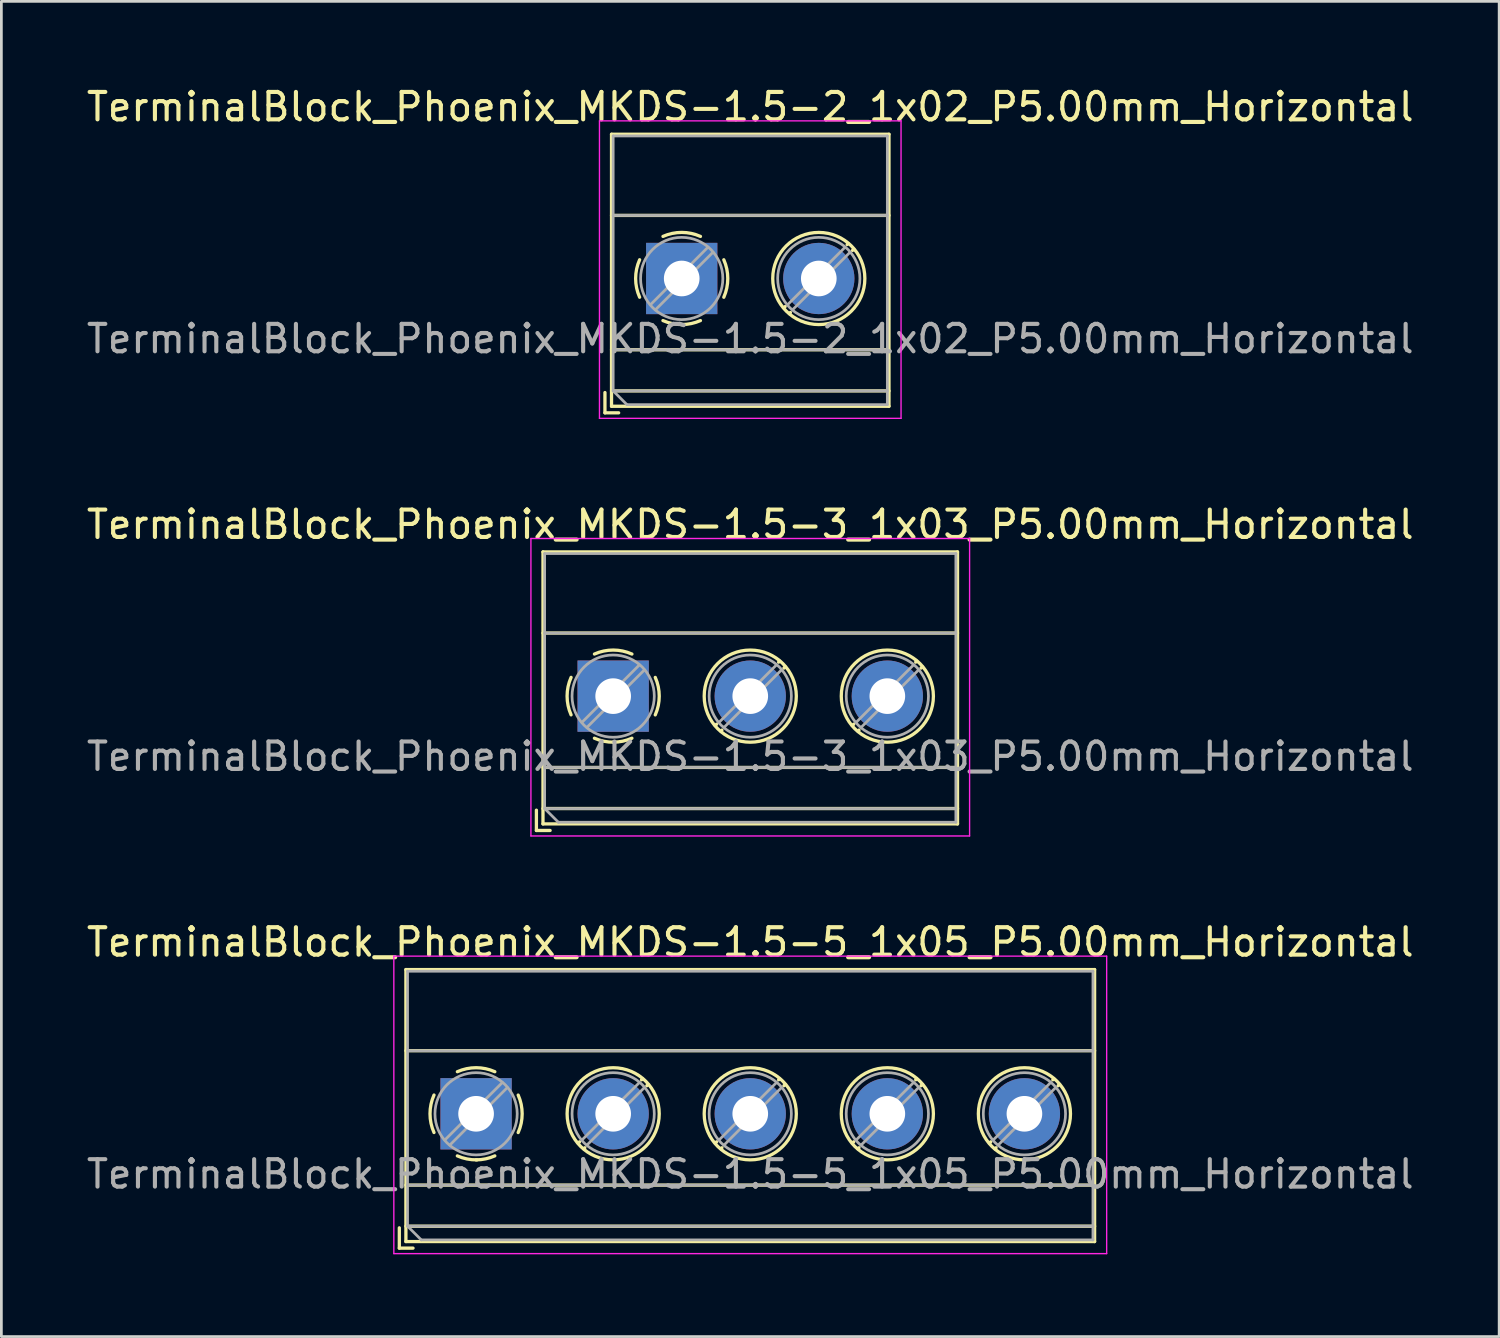
<source format=kicad_pcb>
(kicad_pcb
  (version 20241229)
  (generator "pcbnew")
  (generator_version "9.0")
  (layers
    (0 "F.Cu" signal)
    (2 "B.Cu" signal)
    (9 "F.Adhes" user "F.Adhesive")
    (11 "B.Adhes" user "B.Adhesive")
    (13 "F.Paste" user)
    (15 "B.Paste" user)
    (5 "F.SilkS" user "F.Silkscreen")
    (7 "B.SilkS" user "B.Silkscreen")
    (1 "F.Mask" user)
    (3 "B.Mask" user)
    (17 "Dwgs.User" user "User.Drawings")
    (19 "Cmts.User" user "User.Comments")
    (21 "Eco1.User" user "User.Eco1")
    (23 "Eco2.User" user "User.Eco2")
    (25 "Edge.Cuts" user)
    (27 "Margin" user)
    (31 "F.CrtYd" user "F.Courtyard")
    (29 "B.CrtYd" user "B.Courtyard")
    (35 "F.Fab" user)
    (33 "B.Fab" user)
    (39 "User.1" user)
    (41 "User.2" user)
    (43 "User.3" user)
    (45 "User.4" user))
  (footprint "TerminalBlock_Phoenix_MKDS-1.5-3_1x03_P5.00mm_Horizontal"
    (layer "F.Cu")
    (at 19.315 22.341)
    (property "Reference" "TerminalBlock_Phoenix_MKDS-1.5-3_1x03_P5.00mm_Horizontal" (at 5 -6.26 0) (layer "F.SilkS") (effects (font (size 1 1) (thickness 0.15))))
    (attr through_hole)
    (fp_line (start -2.8 4.16) (end -2.8 4.9) (stroke (width 0.12) (type solid)) (layer "F.SilkS"))
    (fp_line (start -2.8 4.9) (end -2.3 4.9) (stroke (width 0.12) (type solid)) (layer "F.SilkS"))
    (fp_line (start -2.56 -5.261) (end -2.56 4.66) (stroke (width 0.12) (type solid)) (layer "F.SilkS"))
    (fp_line (start -2.56 -5.261) (end 12.56 -5.261) (stroke (width 0.12) (type solid)) (layer "F.SilkS"))
    (fp_line (start -2.56 -2.301) (end 12.56 -2.301) (stroke (width 0.12) (type solid)) (layer "F.SilkS"))
    (fp_line (start -2.56 2.6) (end 12.56 2.6) (stroke (width 0.12) (type solid)) (layer "F.SilkS"))
    (fp_line (start -2.56 4.1) (end 12.56 4.1) (stroke (width 0.12) (type solid)) (layer "F.SilkS"))
    (fp_line (start -2.56 4.66) (end 12.56 4.66) (stroke (width 0.12) (type solid)) (layer "F.SilkS"))
    (fp_line (start 3.773 1.023) (end 3.726 1.069) (stroke (width 0.12) (type solid)) (layer "F.SilkS"))
    (fp_line (start 3.966 1.239) (end 3.931 1.274) (stroke (width 0.12) (type solid)) (layer "F.SilkS"))
    (fp_line (start 6.07 -1.275) (end 6.035 -1.239) (stroke (width 0.12) (type solid)) (layer "F.SilkS"))
    (fp_line (start 6.275 -1.069) (end 6.228 -1.023) (stroke (width 0.12) (type solid)) (layer "F.SilkS"))
    (fp_line (start 8.773 1.023) (end 8.726 1.069) (stroke (width 0.12) (type solid)) (layer "F.SilkS"))
    (fp_line (start 8.966 1.239) (end 8.931 1.274) (stroke (width 0.12) (type solid)) (layer "F.SilkS"))
    (fp_line (start 11.07 -1.275) (end 11.035 -1.239) (stroke (width 0.12) (type solid)) (layer "F.SilkS"))
    (fp_line (start 11.275 -1.069) (end 11.228 -1.023) (stroke (width 0.12) (type solid)) (layer "F.SilkS"))
    (fp_line (start 12.56 -5.261) (end 12.56 4.66) (stroke (width 0.12) (type solid)) (layer "F.SilkS"))
    (fp_arc (start -1.535427 0.683042) (mid -1.680501 -0.000524) (end -1.535 -0.684) (stroke (width 0.12) (type solid)) (layer "F.SilkS"))
    (fp_arc (start -0.683042 -1.535427) (mid 0.000524 -1.680501) (end 0.684 -1.535) (stroke (width 0.12) (type solid)) (layer "F.SilkS"))
    (fp_arc (start 0.028805 1.680253) (mid -0.335551 1.646659) (end -0.684 1.535) (stroke (width 0.12) (type solid)) (layer "F.SilkS"))
    (fp_arc (start 0.683318 1.534756) (mid 0.349292 1.643288) (end 0 1.68) (stroke (width 0.12) (type solid)) (layer "F.SilkS"))
    (fp_arc (start 1.535427 -0.683042) (mid 1.680501 0.000524) (end 1.535 0.684) (stroke (width 0.12) (type solid)) (layer "F.SilkS"))
    (fp_circle (center 5 0) (end 6.68 0) (stroke (width 0.12) (type solid)) (fill no) (layer "F.SilkS"))
    (fp_circle (center 10 0) (end 11.68 0) (stroke (width 0.12) (type solid)) (fill no) (layer "F.SilkS"))
    (fp_line (start -3 -5.75) (end -3 5.1) (stroke (width 0.05) (type solid)) (layer "F.CrtYd"))
    (fp_line (start -3 5.1) (end 13 5.1) (stroke (width 0.05) (type solid)) (layer "F.CrtYd"))
    (fp_line (start 13 -5.75) (end -3 -5.75) (stroke (width 0.05) (type solid)) (layer "F.CrtYd"))
    (fp_line (start 13 5.1) (end 13 -5.75) (stroke (width 0.05) (type solid)) (layer "F.CrtYd"))
    (fp_line (start -2.5 -5.2) (end 12.5 -5.2) (stroke (width 0.1) (type solid)) (layer "F.Fab"))
    (fp_line (start -2.5 -2.3) (end 12.5 -2.3) (stroke (width 0.1) (type solid)) (layer "F.Fab"))
    (fp_line (start -2.5 2.6) (end 12.5 2.6) (stroke (width 0.1) (type solid)) (layer "F.Fab"))
    (fp_line (start -2.5 4.1) (end -2.5 -5.2) (stroke (width 0.1) (type solid)) (layer "F.Fab"))
    (fp_line (start -2.5 4.1) (end 12.5 4.1) (stroke (width 0.1) (type solid)) (layer "F.Fab"))
    (fp_line (start -2 4.6) (end -2.5 4.1) (stroke (width 0.1) (type solid)) (layer "F.Fab"))
    (fp_line (start 0.955 -1.138) (end -1.138 0.955) (stroke (width 0.1) (type solid)) (layer "F.Fab"))
    (fp_line (start 1.138 -0.955) (end -0.955 1.138) (stroke (width 0.1) (type solid)) (layer "F.Fab"))
    (fp_line (start 5.955 -1.138) (end 3.863 0.955) (stroke (width 0.1) (type solid)) (layer "F.Fab"))
    (fp_line (start 6.138 -0.955) (end 4.046 1.138) (stroke (width 0.1) (type solid)) (layer "F.Fab"))
    (fp_line (start 10.955 -1.138) (end 8.863 0.955) (stroke (width 0.1) (type solid)) (layer "F.Fab"))
    (fp_line (start 11.138 -0.955) (end 9.046 1.138) (stroke (width 0.1) (type solid)) (layer "F.Fab"))
    (fp_line (start 12.5 -5.2) (end 12.5 4.6) (stroke (width 0.1) (type solid)) (layer "F.Fab"))
    (fp_line (start 12.5 4.6) (end -2 4.6) (stroke (width 0.1) (type solid)) (layer "F.Fab"))
    (fp_circle (center 0 0) (end 1.5 0) (stroke (width 0.1) (type solid)) (fill no) (layer "F.Fab"))
    (fp_circle (center 5 0) (end 6.5 0) (stroke (width 0.1) (type solid)) (fill no) (layer "F.Fab"))
    (fp_circle (center 10 0) (end 11.5 0) (stroke (width 0.1) (type solid)) (fill no) (layer "F.Fab"))
    (fp_text user "${REFERENCE}" (at 5 2.2 0) (layer "F.Fab") (effects (font (size 1 1) (thickness 0.15))))
    (pad "1" thru_hole rect (at 0 0) (size 2.6 2.6) (drill 1.3) (layers "*.Cu" "*.Mask"))
    (pad "2" thru_hole circle (at 5 0) (size 2.6 2.6) (drill 1.3) (layers "*.Cu" "*.Mask"))
    (pad "3" thru_hole circle (at 10 0) (size 2.6 2.6) (drill 1.3) (layers "*.Cu" "*.Mask")))
  (footprint "TerminalBlock_Phoenix_MKDS-1.5-2_1x02_P5.00mm_Horizontal"
    (layer "F.Cu")
    (at 21.815 7.108)
    (property "Reference" "TerminalBlock_Phoenix_MKDS-1.5-2_1x02_P5.00mm_Horizontal" (at 2.5 -6.26 0) (layer "F.SilkS") (effects (font (size 1 1) (thickness 0.15))))
    (attr through_hole)
    (fp_line (start -2.8 4.16) (end -2.8 4.9) (stroke (width 0.12) (type solid)) (layer "F.SilkS"))
    (fp_line (start -2.8 4.9) (end -2.3 4.9) (stroke (width 0.12) (type solid)) (layer "F.SilkS"))
    (fp_line (start -2.56 -5.261) (end -2.56 4.66) (stroke (width 0.12) (type solid)) (layer "F.SilkS"))
    (fp_line (start -2.56 -5.261) (end 7.56 -5.261) (stroke (width 0.12) (type solid)) (layer "F.SilkS"))
    (fp_line (start -2.56 -2.301) (end 7.56 -2.301) (stroke (width 0.12) (type solid)) (layer "F.SilkS"))
    (fp_line (start -2.56 2.6) (end 7.56 2.6) (stroke (width 0.12) (type solid)) (layer "F.SilkS"))
    (fp_line (start -2.56 4.1) (end 7.56 4.1) (stroke (width 0.12) (type solid)) (layer "F.SilkS"))
    (fp_line (start -2.56 4.66) (end 7.56 4.66) (stroke (width 0.12) (type solid)) (layer "F.SilkS"))
    (fp_line (start 3.773 1.023) (end 3.726 1.069) (stroke (width 0.12) (type solid)) (layer "F.SilkS"))
    (fp_line (start 3.966 1.239) (end 3.931 1.274) (stroke (width 0.12) (type solid)) (layer "F.SilkS"))
    (fp_line (start 6.07 -1.275) (end 6.035 -1.239) (stroke (width 0.12) (type solid)) (layer "F.SilkS"))
    (fp_line (start 6.275 -1.069) (end 6.228 -1.023) (stroke (width 0.12) (type solid)) (layer "F.SilkS"))
    (fp_line (start 7.56 -5.261) (end 7.56 4.66) (stroke (width 0.12) (type solid)) (layer "F.SilkS"))
    (fp_arc (start -1.535427 0.683042) (mid -1.680501 -0.000524) (end -1.535 -0.684) (stroke (width 0.12) (type solid)) (layer "F.SilkS"))
    (fp_arc (start -0.683042 -1.535427) (mid 0.000524 -1.680501) (end 0.684 -1.535) (stroke (width 0.12) (type solid)) (layer "F.SilkS"))
    (fp_arc (start 0.028805 1.680253) (mid -0.335551 1.646659) (end -0.684 1.535) (stroke (width 0.12) (type solid)) (layer "F.SilkS"))
    (fp_arc (start 0.683318 1.534756) (mid 0.349292 1.643288) (end 0 1.68) (stroke (width 0.12) (type solid)) (layer "F.SilkS"))
    (fp_arc (start 1.535427 -0.683042) (mid 1.680501 0.000524) (end 1.535 0.684) (stroke (width 0.12) (type solid)) (layer "F.SilkS"))
    (fp_circle (center 5 0) (end 6.68 0) (stroke (width 0.12) (type solid)) (fill no) (layer "F.SilkS"))
    (fp_line (start -3 -5.75) (end -3 5.1) (stroke (width 0.05) (type solid)) (layer "F.CrtYd"))
    (fp_line (start -3 5.1) (end 8 5.1) (stroke (width 0.05) (type solid)) (layer "F.CrtYd"))
    (fp_line (start 8 -5.75) (end -3 -5.75) (stroke (width 0.05) (type solid)) (layer "F.CrtYd"))
    (fp_line (start 8 5.1) (end 8 -5.75) (stroke (width 0.05) (type solid)) (layer "F.CrtYd"))
    (fp_line (start -2.5 -5.2) (end 7.5 -5.2) (stroke (width 0.1) (type solid)) (layer "F.Fab"))
    (fp_line (start -2.5 -2.3) (end 7.5 -2.3) (stroke (width 0.1) (type solid)) (layer "F.Fab"))
    (fp_line (start -2.5 2.6) (end 7.5 2.6) (stroke (width 0.1) (type solid)) (layer "F.Fab"))
    (fp_line (start -2.5 4.1) (end -2.5 -5.2) (stroke (width 0.1) (type solid)) (layer "F.Fab"))
    (fp_line (start -2.5 4.1) (end 7.5 4.1) (stroke (width 0.1) (type solid)) (layer "F.Fab"))
    (fp_line (start -2 4.6) (end -2.5 4.1) (stroke (width 0.1) (type solid)) (layer "F.Fab"))
    (fp_line (start 0.955 -1.138) (end -1.138 0.955) (stroke (width 0.1) (type solid)) (layer "F.Fab"))
    (fp_line (start 1.138 -0.955) (end -0.955 1.138) (stroke (width 0.1) (type solid)) (layer "F.Fab"))
    (fp_line (start 5.955 -1.138) (end 3.863 0.955) (stroke (width 0.1) (type solid)) (layer "F.Fab"))
    (fp_line (start 6.138 -0.955) (end 4.046 1.138) (stroke (width 0.1) (type solid)) (layer "F.Fab"))
    (fp_line (start 7.5 -5.2) (end 7.5 4.6) (stroke (width 0.1) (type solid)) (layer "F.Fab"))
    (fp_line (start 7.5 4.6) (end -2 4.6) (stroke (width 0.1) (type solid)) (layer "F.Fab"))
    (fp_circle (center 0 0) (end 1.5 0) (stroke (width 0.1) (type solid)) (fill no) (layer "F.Fab"))
    (fp_circle (center 5 0) (end 6.5 0) (stroke (width 0.1) (type solid)) (fill no) (layer "F.Fab"))
    (fp_text user "${REFERENCE}" (at 2.5 2.2 0) (layer "F.Fab") (effects (font (size 1 1) (thickness 0.15))))
    (pad "1" thru_hole rect (at 0 0) (size 2.6 2.6) (drill 1.3) (layers "*.Cu" "*.Mask"))
    (pad "2" thru_hole circle (at 5 0) (size 2.6 2.6) (drill 1.3) (layers "*.Cu" "*.Mask")))
  (footprint "TerminalBlock_Phoenix_MKDS-1.5-5_1x05_P5.00mm_Horizontal"
    (layer "F.Cu")
    (at 14.315 37.575)
    (property "Reference" "TerminalBlock_Phoenix_MKDS-1.5-5_1x05_P5.00mm_Horizontal" (at 10 -6.26 0) (layer "F.SilkS") (effects (font (size 1 1) (thickness 0.15))))
    (attr through_hole)
    (fp_line (start -2.8 4.16) (end -2.8 4.9) (stroke (width 0.12) (type solid)) (layer "F.SilkS"))
    (fp_line (start -2.8 4.9) (end -2.3 4.9) (stroke (width 0.12) (type solid)) (layer "F.SilkS"))
    (fp_line (start -2.56 -5.261) (end -2.56 4.66) (stroke (width 0.12) (type solid)) (layer "F.SilkS"))
    (fp_line (start -2.56 -5.261) (end 22.56 -5.261) (stroke (width 0.12) (type solid)) (layer "F.SilkS"))
    (fp_line (start -2.56 -2.301) (end 22.56 -2.301) (stroke (width 0.12) (type solid)) (layer "F.SilkS"))
    (fp_line (start -2.56 2.6) (end 22.56 2.6) (stroke (width 0.12) (type solid)) (layer "F.SilkS"))
    (fp_line (start -2.56 4.1) (end 22.56 4.1) (stroke (width 0.12) (type solid)) (layer "F.SilkS"))
    (fp_line (start -2.56 4.66) (end 22.56 4.66) (stroke (width 0.12) (type solid)) (layer "F.SilkS"))
    (fp_line (start 3.773 1.023) (end 3.726 1.069) (stroke (width 0.12) (type solid)) (layer "F.SilkS"))
    (fp_line (start 3.966 1.239) (end 3.931 1.274) (stroke (width 0.12) (type solid)) (layer "F.SilkS"))
    (fp_line (start 6.07 -1.275) (end 6.035 -1.239) (stroke (width 0.12) (type solid)) (layer "F.SilkS"))
    (fp_line (start 6.275 -1.069) (end 6.228 -1.023) (stroke (width 0.12) (type solid)) (layer "F.SilkS"))
    (fp_line (start 8.773 1.023) (end 8.726 1.069) (stroke (width 0.12) (type solid)) (layer "F.SilkS"))
    (fp_line (start 8.966 1.239) (end 8.931 1.274) (stroke (width 0.12) (type solid)) (layer "F.SilkS"))
    (fp_line (start 11.07 -1.275) (end 11.035 -1.239) (stroke (width 0.12) (type solid)) (layer "F.SilkS"))
    (fp_line (start 11.275 -1.069) (end 11.228 -1.023) (stroke (width 0.12) (type solid)) (layer "F.SilkS"))
    (fp_line (start 13.773 1.023) (end 13.726 1.069) (stroke (width 0.12) (type solid)) (layer "F.SilkS"))
    (fp_line (start 13.966 1.239) (end 13.931 1.274) (stroke (width 0.12) (type solid)) (layer "F.SilkS"))
    (fp_line (start 16.07 -1.275) (end 16.035 -1.239) (stroke (width 0.12) (type solid)) (layer "F.SilkS"))
    (fp_line (start 16.275 -1.069) (end 16.228 -1.023) (stroke (width 0.12) (type solid)) (layer "F.SilkS"))
    (fp_line (start 18.773 1.023) (end 18.726 1.069) (stroke (width 0.12) (type solid)) (layer "F.SilkS"))
    (fp_line (start 18.966 1.239) (end 18.931 1.274) (stroke (width 0.12) (type solid)) (layer "F.SilkS"))
    (fp_line (start 21.07 -1.275) (end 21.035 -1.239) (stroke (width 0.12) (type solid)) (layer "F.SilkS"))
    (fp_line (start 21.275 -1.069) (end 21.228 -1.023) (stroke (width 0.12) (type solid)) (layer "F.SilkS"))
    (fp_line (start 22.56 -5.261) (end 22.56 4.66) (stroke (width 0.12) (type solid)) (layer "F.SilkS"))
    (fp_arc (start -1.535427 0.683042) (mid -1.680501 -0.000524) (end -1.535 -0.684) (stroke (width 0.12) (type solid)) (layer "F.SilkS"))
    (fp_arc (start -0.683042 -1.535427) (mid 0.000524 -1.680501) (end 0.684 -1.535) (stroke (width 0.12) (type solid)) (layer "F.SilkS"))
    (fp_arc (start 0.028805 1.680253) (mid -0.335551 1.646659) (end -0.684 1.535) (stroke (width 0.12) (type solid)) (layer "F.SilkS"))
    (fp_arc (start 0.683318 1.534756) (mid 0.349292 1.643288) (end 0 1.68) (stroke (width 0.12) (type solid)) (layer "F.SilkS"))
    (fp_arc (start 1.535427 -0.683042) (mid 1.680501 0.000524) (end 1.535 0.684) (stroke (width 0.12) (type solid)) (layer "F.SilkS"))
    (fp_circle (center 5 0) (end 6.68 0) (stroke (width 0.12) (type solid)) (fill no) (layer "F.SilkS"))
    (fp_circle (center 10 0) (end 11.68 0) (stroke (width 0.12) (type solid)) (fill no) (layer "F.SilkS"))
    (fp_circle (center 15 0) (end 16.68 0) (stroke (width 0.12) (type solid)) (fill no) (layer "F.SilkS"))
    (fp_circle (center 20 0) (end 21.68 0) (stroke (width 0.12) (type solid)) (fill no) (layer "F.SilkS"))
    (fp_line (start -3 -5.75) (end -3 5.1) (stroke (width 0.05) (type solid)) (layer "F.CrtYd"))
    (fp_line (start -3 5.1) (end 23 5.1) (stroke (width 0.05) (type solid)) (layer "F.CrtYd"))
    (fp_line (start 23 -5.75) (end -3 -5.75) (stroke (width 0.05) (type solid)) (layer "F.CrtYd"))
    (fp_line (start 23 5.1) (end 23 -5.75) (stroke (width 0.05) (type solid)) (layer "F.CrtYd"))
    (fp_line (start -2.5 -5.2) (end 22.5 -5.2) (stroke (width 0.1) (type solid)) (layer "F.Fab"))
    (fp_line (start -2.5 -2.3) (end 22.5 -2.3) (stroke (width 0.1) (type solid)) (layer "F.Fab"))
    (fp_line (start -2.5 2.6) (end 22.5 2.6) (stroke (width 0.1) (type solid)) (layer "F.Fab"))
    (fp_line (start -2.5 4.1) (end -2.5 -5.2) (stroke (width 0.1) (type solid)) (layer "F.Fab"))
    (fp_line (start -2.5 4.1) (end 22.5 4.1) (stroke (width 0.1) (type solid)) (layer "F.Fab"))
    (fp_line (start -2 4.6) (end -2.5 4.1) (stroke (width 0.1) (type solid)) (layer "F.Fab"))
    (fp_line (start 0.955 -1.138) (end -1.138 0.955) (stroke (width 0.1) (type solid)) (layer "F.Fab"))
    (fp_line (start 1.138 -0.955) (end -0.955 1.138) (stroke (width 0.1) (type solid)) (layer "F.Fab"))
    (fp_line (start 5.955 -1.138) (end 3.863 0.955) (stroke (width 0.1) (type solid)) (layer "F.Fab"))
    (fp_line (start 6.138 -0.955) (end 4.046 1.138) (stroke (width 0.1) (type solid)) (layer "F.Fab"))
    (fp_line (start 10.955 -1.138) (end 8.863 0.955) (stroke (width 0.1) (type solid)) (layer "F.Fab"))
    (fp_line (start 11.138 -0.955) (end 9.046 1.138) (stroke (width 0.1) (type solid)) (layer "F.Fab"))
    (fp_line (start 15.955 -1.138) (end 13.863 0.955) (stroke (width 0.1) (type solid)) (layer "F.Fab"))
    (fp_line (start 16.138 -0.955) (end 14.046 1.138) (stroke (width 0.1) (type solid)) (layer "F.Fab"))
    (fp_line (start 20.955 -1.138) (end 18.863 0.955) (stroke (width 0.1) (type solid)) (layer "F.Fab"))
    (fp_line (start 21.138 -0.955) (end 19.046 1.138) (stroke (width 0.1) (type solid)) (layer "F.Fab"))
    (fp_line (start 22.5 -5.2) (end 22.5 4.6) (stroke (width 0.1) (type solid)) (layer "F.Fab"))
    (fp_line (start 22.5 4.6) (end -2 4.6) (stroke (width 0.1) (type solid)) (layer "F.Fab"))
    (fp_circle (center 0 0) (end 1.5 0) (stroke (width 0.1) (type solid)) (fill no) (layer "F.Fab"))
    (fp_circle (center 5 0) (end 6.5 0) (stroke (width 0.1) (type solid)) (fill no) (layer "F.Fab"))
    (fp_circle (center 10 0) (end 11.5 0) (stroke (width 0.1) (type solid)) (fill no) (layer "F.Fab"))
    (fp_circle (center 15 0) (end 16.5 0) (stroke (width 0.1) (type solid)) (fill no) (layer "F.Fab"))
    (fp_circle (center 20 0) (end 21.5 0) (stroke (width 0.1) (type solid)) (fill no) (layer "F.Fab"))
    (fp_text user "${REFERENCE}" (at 10 2.2 0) (layer "F.Fab") (effects (font (size 1 1) (thickness 0.15))))
    (pad "1" thru_hole rect (at 0 0) (size 2.6 2.6) (drill 1.3) (layers "*.Cu" "*.Mask"))
    (pad "2" thru_hole circle (at 5 0) (size 2.6 2.6) (drill 1.3) (layers "*.Cu" "*.Mask"))
    (pad "3" thru_hole circle (at 10 0) (size 2.6 2.6) (drill 1.3) (layers "*.Cu" "*.Mask"))
    (pad "4" thru_hole circle (at 15 0) (size 2.6 2.6) (drill 1.3) (layers "*.Cu" "*.Mask"))
    (pad "5" thru_hole circle (at 20 0) (size 2.6 2.6) (drill 1.3) (layers "*.Cu" "*.Mask")))
  (gr_rect
    (start -3 -3)
    (end 51.631 45.7)
    (stroke (width 0.1) (type default))
    (fill no)
    (layer "Edge.Cuts")))
</source>
